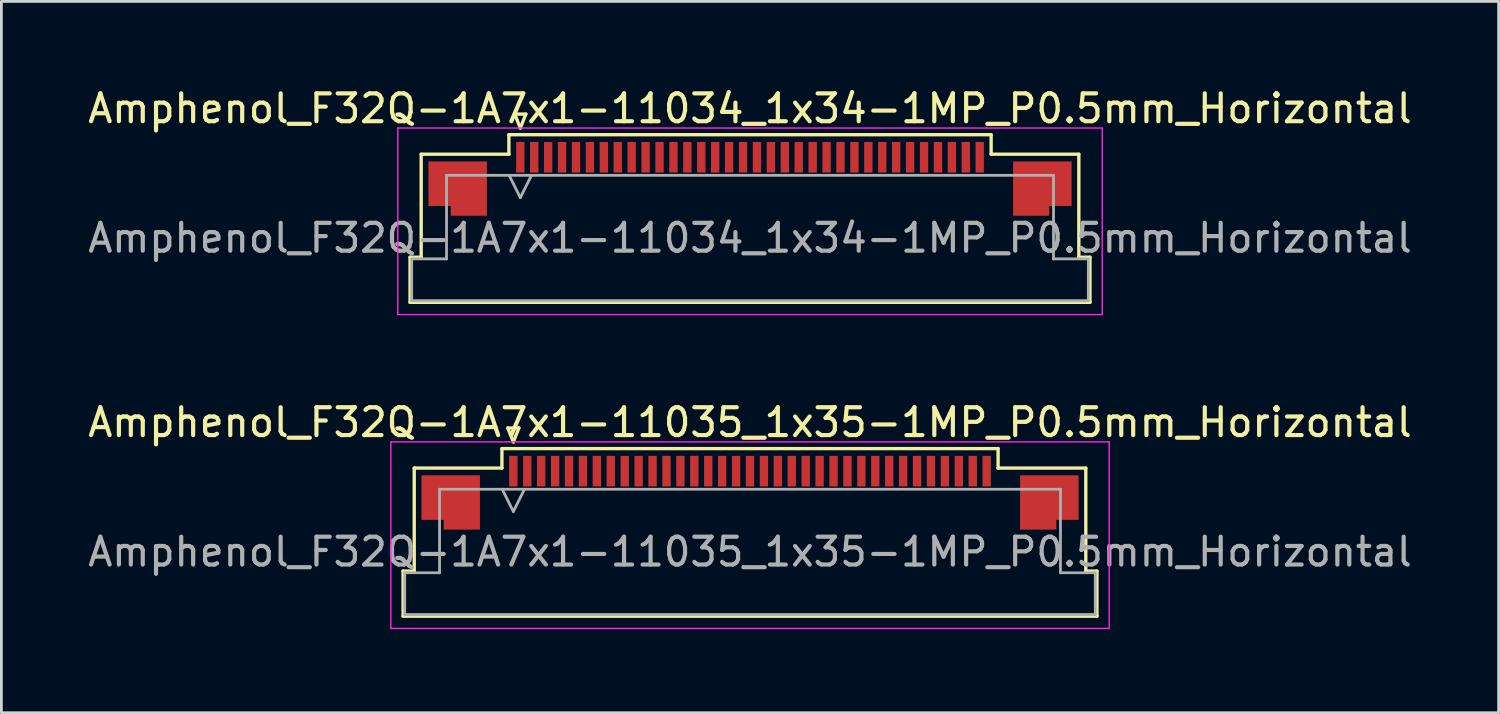
<source format=kicad_pcb>
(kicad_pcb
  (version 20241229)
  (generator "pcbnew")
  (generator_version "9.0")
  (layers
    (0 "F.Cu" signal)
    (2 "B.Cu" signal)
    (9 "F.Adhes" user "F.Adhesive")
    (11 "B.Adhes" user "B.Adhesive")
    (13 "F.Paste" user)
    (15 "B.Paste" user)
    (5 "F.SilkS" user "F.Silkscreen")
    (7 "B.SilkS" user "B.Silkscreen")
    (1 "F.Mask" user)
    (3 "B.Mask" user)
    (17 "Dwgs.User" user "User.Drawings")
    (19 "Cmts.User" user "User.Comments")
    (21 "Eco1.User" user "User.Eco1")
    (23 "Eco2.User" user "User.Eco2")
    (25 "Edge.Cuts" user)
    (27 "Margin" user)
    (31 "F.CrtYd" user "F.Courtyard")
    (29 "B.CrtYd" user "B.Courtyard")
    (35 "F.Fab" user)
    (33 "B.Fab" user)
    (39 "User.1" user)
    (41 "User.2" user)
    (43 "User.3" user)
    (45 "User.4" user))
  (footprint "Amphenol_F32Q-1A7x1-11035_1x35-1MP_P0.5mm_Horizontal"
    (layer "F.Cu")
    (at 23.887 16.771)
    (property "Reference" "Amphenol_F32Q-1A7x1-11035_1x35-1MP_P0.5mm_Horizontal" (at 0 -4.65 0) (layer "F.SilkS") (effects (font (size 1 1) (thickness 0.15))))
    (attr smd)
    (fp_line (start -12.46 0.69) (end -12.06 0.69) (stroke (width 0.12) (type solid)) (layer "F.SilkS"))
    (fp_line (start -12.46 2.31) (end -12.46 0.69) (stroke (width 0.12) (type solid)) (layer "F.SilkS"))
    (fp_line (start -12.06 -3.01) (end -8.91 -3.01) (stroke (width 0.12) (type solid)) (layer "F.SilkS"))
    (fp_line (start -12.06 0.69) (end -12.06 -3.01) (stroke (width 0.12) (type solid)) (layer "F.SilkS"))
    (fp_line (start -8.91 -3.71) (end 8.91 -3.71) (stroke (width 0.12) (type solid)) (layer "F.SilkS"))
    (fp_line (start -8.91 -3.01) (end -8.91 -3.71) (stroke (width 0.12) (type solid)) (layer "F.SilkS"))
    (fp_line (start -8.7 -4.45) (end -8.5 -3.95) (stroke (width 0.12) (type solid)) (layer "F.SilkS"))
    (fp_line (start -8.5 -3.95) (end -8.3 -4.45) (stroke (width 0.12) (type solid)) (layer "F.SilkS"))
    (fp_line (start -8.3 -4.45) (end -8.7 -4.45) (stroke (width 0.12) (type solid)) (layer "F.SilkS"))
    (fp_line (start 8.91 -3.71) (end 8.91 -3.01) (stroke (width 0.12) (type solid)) (layer "F.SilkS"))
    (fp_line (start 8.91 -3.01) (end 12.06 -3.01) (stroke (width 0.12) (type solid)) (layer "F.SilkS"))
    (fp_line (start 12.06 -3.01) (end 12.06 0.69) (stroke (width 0.12) (type solid)) (layer "F.SilkS"))
    (fp_line (start 12.06 0.69) (end 12.46 0.69) (stroke (width 0.12) (type solid)) (layer "F.SilkS"))
    (fp_line (start 12.46 0.69) (end 12.46 2.31) (stroke (width 0.12) (type solid)) (layer "F.SilkS"))
    (fp_line (start 12.46 2.31) (end -12.46 2.31) (stroke (width 0.12) (type solid)) (layer "F.SilkS"))
    (fp_line (start -12.9 -3.95) (end -12.9 2.75) (stroke (width 0.05) (type solid)) (layer "F.CrtYd"))
    (fp_line (start -12.9 2.75) (end 12.9 2.75) (stroke (width 0.05) (type solid)) (layer "F.CrtYd"))
    (fp_line (start 12.9 -3.95) (end -12.9 -3.95) (stroke (width 0.05) (type solid)) (layer "F.CrtYd"))
    (fp_line (start 12.9 2.75) (end 12.9 -3.95) (stroke (width 0.05) (type solid)) (layer "F.CrtYd"))
    (fp_line (start -12.4 0.75) (end -11.15 0.75) (stroke (width 0.1) (type solid)) (layer "F.Fab"))
    (fp_line (start -12.4 2.25) (end -12.4 0.75) (stroke (width 0.1) (type solid)) (layer "F.Fab"))
    (fp_line (start -11.15 -2.25) (end 11.15 -2.25) (stroke (width 0.1) (type solid)) (layer "F.Fab"))
    (fp_line (start -11.15 0.75) (end -11.15 -2.25) (stroke (width 0.1) (type solid)) (layer "F.Fab"))
    (fp_line (start -8.9 -2.25) (end -8.5 -1.45) (stroke (width 0.1) (type solid)) (layer "F.Fab"))
    (fp_line (start -8.5 -1.45) (end -8.1 -2.25) (stroke (width 0.1) (type solid)) (layer "F.Fab"))
    (fp_line (start 11.15 -2.25) (end 11.15 0.75) (stroke (width 0.1) (type solid)) (layer "F.Fab"))
    (fp_line (start 11.15 0.75) (end 12.4 0.75) (stroke (width 0.1) (type solid)) (layer "F.Fab"))
    (fp_line (start 12.4 0.75) (end 12.4 2.25) (stroke (width 0.1) (type solid)) (layer "F.Fab"))
    (fp_line (start 12.4 2.25) (end -12.4 2.25) (stroke (width 0.1) (type solid)) (layer "F.Fab"))
    (fp_text user "${REFERENCE}" (at 0 0 0) (layer "F.Fab") (effects (font (size 1 1) (thickness 0.15))))
    (pad "1" smd rect (at -8.5 -2.9) (size 0.3 1.1) (layers "F.Cu" "F.Mask" "F.Paste"))
    (pad "2" smd rect (at -8 -2.9) (size 0.3 1.1) (layers "F.Cu" "F.Mask" "F.Paste"))
    (pad "3" smd rect (at -7.5 -2.9) (size 0.3 1.1) (layers "F.Cu" "F.Mask" "F.Paste"))
    (pad "4" smd rect (at -7 -2.9) (size 0.3 1.1) (layers "F.Cu" "F.Mask" "F.Paste"))
    (pad "5" smd rect (at -6.5 -2.9) (size 0.3 1.1) (layers "F.Cu" "F.Mask" "F.Paste"))
    (pad "6" smd rect (at -6 -2.9) (size 0.3 1.1) (layers "F.Cu" "F.Mask" "F.Paste"))
    (pad "7" smd rect (at -5.5 -2.9) (size 0.3 1.1) (layers "F.Cu" "F.Mask" "F.Paste"))
    (pad "8" smd rect (at -5 -2.9) (size 0.3 1.1) (layers "F.Cu" "F.Mask" "F.Paste"))
    (pad "9" smd rect (at -4.5 -2.9) (size 0.3 1.1) (layers "F.Cu" "F.Mask" "F.Paste"))
    (pad "10" smd rect (at -4 -2.9) (size 0.3 1.1) (layers "F.Cu" "F.Mask" "F.Paste"))
    (pad "11" smd rect (at -3.5 -2.9) (size 0.3 1.1) (layers "F.Cu" "F.Mask" "F.Paste"))
    (pad "12" smd rect (at -3 -2.9) (size 0.3 1.1) (layers "F.Cu" "F.Mask" "F.Paste"))
    (pad "13" smd rect (at -2.5 -2.9) (size 0.3 1.1) (layers "F.Cu" "F.Mask" "F.Paste"))
    (pad "14" smd rect (at -2 -2.9) (size 0.3 1.1) (layers "F.Cu" "F.Mask" "F.Paste"))
    (pad "15" smd rect (at -1.5 -2.9) (size 0.3 1.1) (layers "F.Cu" "F.Mask" "F.Paste"))
    (pad "16" smd rect (at -1 -2.9) (size 0.3 1.1) (layers "F.Cu" "F.Mask" "F.Paste"))
    (pad "17" smd rect (at -0.5 -2.9) (size 0.3 1.1) (layers "F.Cu" "F.Mask" "F.Paste"))
    (pad "18" smd rect (at 0 -2.9) (size 0.3 1.1) (layers "F.Cu" "F.Mask" "F.Paste"))
    (pad "19" smd rect (at 0.5 -2.9) (size 0.3 1.1) (layers "F.Cu" "F.Mask" "F.Paste"))
    (pad "20" smd rect (at 1 -2.9) (size 0.3 1.1) (layers "F.Cu" "F.Mask" "F.Paste"))
    (pad "21" smd rect (at 1.5 -2.9) (size 0.3 1.1) (layers "F.Cu" "F.Mask" "F.Paste"))
    (pad "22" smd rect (at 2 -2.9) (size 0.3 1.1) (layers "F.Cu" "F.Mask" "F.Paste"))
    (pad "23" smd rect (at 2.5 -2.9) (size 0.3 1.1) (layers "F.Cu" "F.Mask" "F.Paste"))
    (pad "24" smd rect (at 3 -2.9) (size 0.3 1.1) (layers "F.Cu" "F.Mask" "F.Paste"))
    (pad "25" smd rect (at 3.5 -2.9) (size 0.3 1.1) (layers "F.Cu" "F.Mask" "F.Paste"))
    (pad "26" smd rect (at 4 -2.9) (size 0.3 1.1) (layers "F.Cu" "F.Mask" "F.Paste"))
    (pad "27" smd rect (at 4.5 -2.9) (size 0.3 1.1) (layers "F.Cu" "F.Mask" "F.Paste"))
    (pad "28" smd rect (at 5 -2.9) (size 0.3 1.1) (layers "F.Cu" "F.Mask" "F.Paste"))
    (pad "29" smd rect (at 5.5 -2.9) (size 0.3 1.1) (layers "F.Cu" "F.Mask" "F.Paste"))
    (pad "30" smd rect (at 6 -2.9) (size 0.3 1.1) (layers "F.Cu" "F.Mask" "F.Paste"))
    (pad "31" smd rect (at 6.5 -2.9) (size 0.3 1.1) (layers "F.Cu" "F.Mask" "F.Paste"))
    (pad "32" smd rect (at 7 -2.9) (size 0.3 1.1) (layers "F.Cu" "F.Mask" "F.Paste"))
    (pad "33" smd rect (at 7.5 -2.9) (size 0.3 1.1) (layers "F.Cu" "F.Mask" "F.Paste"))
    (pad "34" smd rect (at 8 -2.9) (size 0.3 1.1) (layers "F.Cu" "F.Mask" "F.Paste"))
    (pad "35" smd rect (at 8.5 -2.9) (size 0.3 1.1) (layers "F.Cu" "F.Mask" "F.Paste"))
    (pad "MP" smd custom (at -10.75 -1.775) (size 1 1) (layers "F.Cu" "F.Mask" "F.Paste") (options (anchor circle)) (primitives (gr_poly (pts (xy 1.05 -0.975) (xy 1.05 0.975) (xy -0.25 0.975) (xy -0.25 0.625) (xy -1.05 0.625) (xy -1.05 -0.975) (xy 1.05 -0.975)) (width 0) (fill yes))))
    (pad "MP" smd custom (at 10.75 -1.775) (size 1 1) (layers "F.Cu" "F.Mask" "F.Paste") (options (anchor circle)) (primitives (gr_poly (pts (xy -1.05 -0.975) (xy -1.05 0.975) (xy 0.25 0.975) (xy 0.25 0.625) (xy 1.05 0.625) (xy 1.05 -0.975) (xy -1.05 -0.975)) (width 0) (fill yes)))))
  (footprint "Amphenol_F32Q-1A7x1-11034_1x34-1MP_P0.5mm_Horizontal"
    (layer "F.Cu")
    (at 23.887 5.498)
    (property "Reference" "Amphenol_F32Q-1A7x1-11034_1x34-1MP_P0.5mm_Horizontal" (at 0 -4.65 0) (layer "F.SilkS") (effects (font (size 1 1) (thickness 0.15))))
    (attr smd)
    (fp_line (start -12.21 0.69) (end -11.81 0.69) (stroke (width 0.12) (type solid)) (layer "F.SilkS"))
    (fp_line (start -12.21 2.31) (end -12.21 0.69) (stroke (width 0.12) (type solid)) (layer "F.SilkS"))
    (fp_line (start -11.81 -3.01) (end -8.66 -3.01) (stroke (width 0.12) (type solid)) (layer "F.SilkS"))
    (fp_line (start -11.81 0.69) (end -11.81 -3.01) (stroke (width 0.12) (type solid)) (layer "F.SilkS"))
    (fp_line (start -8.66 -3.71) (end 8.66 -3.71) (stroke (width 0.12) (type solid)) (layer "F.SilkS"))
    (fp_line (start -8.66 -3.01) (end -8.66 -3.71) (stroke (width 0.12) (type solid)) (layer "F.SilkS"))
    (fp_line (start -8.45 -4.45) (end -8.25 -3.95) (stroke (width 0.12) (type solid)) (layer "F.SilkS"))
    (fp_line (start -8.25 -3.95) (end -8.05 -4.45) (stroke (width 0.12) (type solid)) (layer "F.SilkS"))
    (fp_line (start -8.05 -4.45) (end -8.45 -4.45) (stroke (width 0.12) (type solid)) (layer "F.SilkS"))
    (fp_line (start 8.66 -3.71) (end 8.66 -3.01) (stroke (width 0.12) (type solid)) (layer "F.SilkS"))
    (fp_line (start 8.66 -3.01) (end 11.81 -3.01) (stroke (width 0.12) (type solid)) (layer "F.SilkS"))
    (fp_line (start 11.81 -3.01) (end 11.81 0.69) (stroke (width 0.12) (type solid)) (layer "F.SilkS"))
    (fp_line (start 11.81 0.69) (end 12.21 0.69) (stroke (width 0.12) (type solid)) (layer "F.SilkS"))
    (fp_line (start 12.21 0.69) (end 12.21 2.31) (stroke (width 0.12) (type solid)) (layer "F.SilkS"))
    (fp_line (start 12.21 2.31) (end -12.21 2.31) (stroke (width 0.12) (type solid)) (layer "F.SilkS"))
    (fp_line (start -12.65 -3.95) (end -12.65 2.75) (stroke (width 0.05) (type solid)) (layer "F.CrtYd"))
    (fp_line (start -12.65 2.75) (end 12.65 2.75) (stroke (width 0.05) (type solid)) (layer "F.CrtYd"))
    (fp_line (start 12.65 -3.95) (end -12.65 -3.95) (stroke (width 0.05) (type solid)) (layer "F.CrtYd"))
    (fp_line (start 12.65 2.75) (end 12.65 -3.95) (stroke (width 0.05) (type solid)) (layer "F.CrtYd"))
    (fp_line (start -12.15 0.75) (end -10.9 0.75) (stroke (width 0.1) (type solid)) (layer "F.Fab"))
    (fp_line (start -12.15 2.25) (end -12.15 0.75) (stroke (width 0.1) (type solid)) (layer "F.Fab"))
    (fp_line (start -10.9 -2.25) (end 10.9 -2.25) (stroke (width 0.1) (type solid)) (layer "F.Fab"))
    (fp_line (start -10.9 0.75) (end -10.9 -2.25) (stroke (width 0.1) (type solid)) (layer "F.Fab"))
    (fp_line (start -8.65 -2.25) (end -8.25 -1.45) (stroke (width 0.1) (type solid)) (layer "F.Fab"))
    (fp_line (start -8.25 -1.45) (end -7.85 -2.25) (stroke (width 0.1) (type solid)) (layer "F.Fab"))
    (fp_line (start 10.9 -2.25) (end 10.9 0.75) (stroke (width 0.1) (type solid)) (layer "F.Fab"))
    (fp_line (start 10.9 0.75) (end 12.15 0.75) (stroke (width 0.1) (type solid)) (layer "F.Fab"))
    (fp_line (start 12.15 0.75) (end 12.15 2.25) (stroke (width 0.1) (type solid)) (layer "F.Fab"))
    (fp_line (start 12.15 2.25) (end -12.15 2.25) (stroke (width 0.1) (type solid)) (layer "F.Fab"))
    (fp_text user "${REFERENCE}" (at 0 0 0) (layer "F.Fab") (effects (font (size 1 1) (thickness 0.15))))
    (pad "1" smd rect (at -8.25 -2.9) (size 0.3 1.1) (layers "F.Cu" "F.Mask" "F.Paste"))
    (pad "2" smd rect (at -7.75 -2.9) (size 0.3 1.1) (layers "F.Cu" "F.Mask" "F.Paste"))
    (pad "3" smd rect (at -7.25 -2.9) (size 0.3 1.1) (layers "F.Cu" "F.Mask" "F.Paste"))
    (pad "4" smd rect (at -6.75 -2.9) (size 0.3 1.1) (layers "F.Cu" "F.Mask" "F.Paste"))
    (pad "5" smd rect (at -6.25 -2.9) (size 0.3 1.1) (layers "F.Cu" "F.Mask" "F.Paste"))
    (pad "6" smd rect (at -5.75 -2.9) (size 0.3 1.1) (layers "F.Cu" "F.Mask" "F.Paste"))
    (pad "7" smd rect (at -5.25 -2.9) (size 0.3 1.1) (layers "F.Cu" "F.Mask" "F.Paste"))
    (pad "8" smd rect (at -4.75 -2.9) (size 0.3 1.1) (layers "F.Cu" "F.Mask" "F.Paste"))
    (pad "9" smd rect (at -4.25 -2.9) (size 0.3 1.1) (layers "F.Cu" "F.Mask" "F.Paste"))
    (pad "10" smd rect (at -3.75 -2.9) (size 0.3 1.1) (layers "F.Cu" "F.Mask" "F.Paste"))
    (pad "11" smd rect (at -3.25 -2.9) (size 0.3 1.1) (layers "F.Cu" "F.Mask" "F.Paste"))
    (pad "12" smd rect (at -2.75 -2.9) (size 0.3 1.1) (layers "F.Cu" "F.Mask" "F.Paste"))
    (pad "13" smd rect (at -2.25 -2.9) (size 0.3 1.1) (layers "F.Cu" "F.Mask" "F.Paste"))
    (pad "14" smd rect (at -1.75 -2.9) (size 0.3 1.1) (layers "F.Cu" "F.Mask" "F.Paste"))
    (pad "15" smd rect (at -1.25 -2.9) (size 0.3 1.1) (layers "F.Cu" "F.Mask" "F.Paste"))
    (pad "16" smd rect (at -0.75 -2.9) (size 0.3 1.1) (layers "F.Cu" "F.Mask" "F.Paste"))
    (pad "17" smd rect (at -0.25 -2.9) (size 0.3 1.1) (layers "F.Cu" "F.Mask" "F.Paste"))
    (pad "18" smd rect (at 0.25 -2.9) (size 0.3 1.1) (layers "F.Cu" "F.Mask" "F.Paste"))
    (pad "19" smd rect (at 0.75 -2.9) (size 0.3 1.1) (layers "F.Cu" "F.Mask" "F.Paste"))
    (pad "20" smd rect (at 1.25 -2.9) (size 0.3 1.1) (layers "F.Cu" "F.Mask" "F.Paste"))
    (pad "21" smd rect (at 1.75 -2.9) (size 0.3 1.1) (layers "F.Cu" "F.Mask" "F.Paste"))
    (pad "22" smd rect (at 2.25 -2.9) (size 0.3 1.1) (layers "F.Cu" "F.Mask" "F.Paste"))
    (pad "23" smd rect (at 2.75 -2.9) (size 0.3 1.1) (layers "F.Cu" "F.Mask" "F.Paste"))
    (pad "24" smd rect (at 3.25 -2.9) (size 0.3 1.1) (layers "F.Cu" "F.Mask" "F.Paste"))
    (pad "25" smd rect (at 3.75 -2.9) (size 0.3 1.1) (layers "F.Cu" "F.Mask" "F.Paste"))
    (pad "26" smd rect (at 4.25 -2.9) (size 0.3 1.1) (layers "F.Cu" "F.Mask" "F.Paste"))
    (pad "27" smd rect (at 4.75 -2.9) (size 0.3 1.1) (layers "F.Cu" "F.Mask" "F.Paste"))
    (pad "28" smd rect (at 5.25 -2.9) (size 0.3 1.1) (layers "F.Cu" "F.Mask" "F.Paste"))
    (pad "29" smd rect (at 5.75 -2.9) (size 0.3 1.1) (layers "F.Cu" "F.Mask" "F.Paste"))
    (pad "30" smd rect (at 6.25 -2.9) (size 0.3 1.1) (layers "F.Cu" "F.Mask" "F.Paste"))
    (pad "31" smd rect (at 6.75 -2.9) (size 0.3 1.1) (layers "F.Cu" "F.Mask" "F.Paste"))
    (pad "32" smd rect (at 7.25 -2.9) (size 0.3 1.1) (layers "F.Cu" "F.Mask" "F.Paste"))
    (pad "33" smd rect (at 7.75 -2.9) (size 0.3 1.1) (layers "F.Cu" "F.Mask" "F.Paste"))
    (pad "34" smd rect (at 8.25 -2.9) (size 0.3 1.1) (layers "F.Cu" "F.Mask" "F.Paste"))
    (pad "MP" smd custom (at -10.5 -1.775) (size 1 1) (layers "F.Cu" "F.Mask" "F.Paste") (options (anchor circle)) (primitives (gr_poly (pts (xy 1.05 -0.975) (xy 1.05 0.975) (xy -0.25 0.975) (xy -0.25 0.625) (xy -1.05 0.625) (xy -1.05 -0.975) (xy 1.05 -0.975)) (width 0) (fill yes))))
    (pad "MP" smd custom (at 10.5 -1.775) (size 1 1) (layers "F.Cu" "F.Mask" "F.Paste") (options (anchor circle)) (primitives (gr_poly (pts (xy -1.05 -0.975) (xy -1.05 0.975) (xy 0.25 0.975) (xy 0.25 0.625) (xy 1.05 0.625) (xy 1.05 -0.975) (xy -1.05 -0.975)) (width 0) (fill yes)))))
  (gr_rect
    (start -3 -3)
    (end 50.774 22.547)
    (stroke (width 0.1) (type default))
    (fill no)
    (layer "Edge.Cuts")))
</source>
